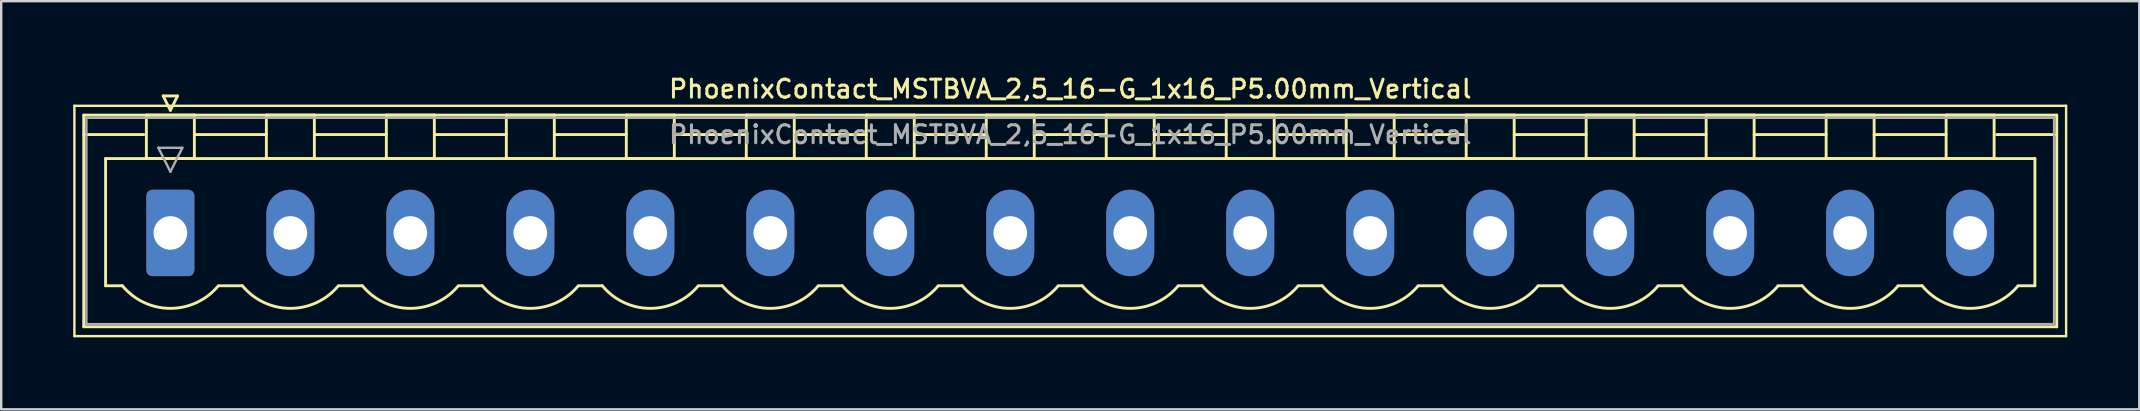
<source format=kicad_pcb>
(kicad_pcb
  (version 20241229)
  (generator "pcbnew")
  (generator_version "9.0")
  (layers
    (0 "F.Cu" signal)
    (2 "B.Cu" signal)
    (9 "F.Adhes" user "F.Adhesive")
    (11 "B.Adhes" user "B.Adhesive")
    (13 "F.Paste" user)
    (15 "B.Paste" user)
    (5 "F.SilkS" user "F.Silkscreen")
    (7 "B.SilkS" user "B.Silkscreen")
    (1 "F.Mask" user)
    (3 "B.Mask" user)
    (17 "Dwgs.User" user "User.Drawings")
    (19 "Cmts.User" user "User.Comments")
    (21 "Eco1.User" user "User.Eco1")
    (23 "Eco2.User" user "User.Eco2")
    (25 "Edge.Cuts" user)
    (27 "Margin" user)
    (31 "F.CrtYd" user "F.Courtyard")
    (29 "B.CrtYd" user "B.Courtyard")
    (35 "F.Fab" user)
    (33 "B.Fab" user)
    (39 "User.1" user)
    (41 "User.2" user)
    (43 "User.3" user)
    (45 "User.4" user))
  (footprint "PhoenixContact_MSTBVA_2,5_16-G_1x16_P5.00mm_Vertical"
    (layer "F.Cu")
    (at 4.05 6.658)
    (property "Reference" "PhoenixContact_MSTBVA_2,5_16-G_1x16_P5.00mm_Vertical" (at 37.5 -6 0) (layer "F.SilkS") (effects (font (size 0.75 0.75) (thickness 0.125))))
    (attr through_hole)
    (fp_line (start -4 -5.3) (end -4 4.3) (stroke (width 0.1) (type solid)) (layer "F.SilkS"))
    (fp_line (start -4 4.3) (end 79 4.3) (stroke (width 0.1) (type solid)) (layer "F.SilkS"))
    (fp_line (start -3.61 -4.91) (end -3.61 3.91) (stroke (width 0.12) (type solid)) (layer "F.SilkS"))
    (fp_line (start -3.61 -4.1) (end -1.11 -4.1) (stroke (width 0.12) (type solid)) (layer "F.SilkS"))
    (fp_line (start -3.61 3.91) (end 78.61 3.91) (stroke (width 0.12) (type solid)) (layer "F.SilkS"))
    (fp_line (start -2.7 -3.1) (end 77.7 -3.1) (stroke (width 0.12) (type solid)) (layer "F.SilkS"))
    (fp_line (start -2.7 2.2) (end -2.7 -3.1) (stroke (width 0.12) (type solid)) (layer "F.SilkS"))
    (fp_line (start -2 2.2) (end -2.7 2.2) (stroke (width 0.12) (type solid)) (layer "F.SilkS"))
    (fp_line (start -1 -4.91) (end 1 -4.91) (stroke (width 0.12) (type solid)) (layer "F.SilkS"))
    (fp_line (start -1 -3.1) (end -1 -4.91) (stroke (width 0.12) (type solid)) (layer "F.SilkS"))
    (fp_line (start -0.3 -5.71) (end 0.3 -5.71) (stroke (width 0.12) (type solid)) (layer "F.SilkS"))
    (fp_line (start 0 -5.11) (end -0.3 -5.71) (stroke (width 0.12) (type solid)) (layer "F.SilkS"))
    (fp_line (start 0.3 -5.71) (end 0 -5.11) (stroke (width 0.12) (type solid)) (layer "F.SilkS"))
    (fp_line (start 1 -4.91) (end 1 -3.1) (stroke (width 0.12) (type solid)) (layer "F.SilkS"))
    (fp_line (start 1 -4.1) (end 4 -4.1) (stroke (width 0.12) (type solid)) (layer "F.SilkS"))
    (fp_line (start 1 -3.1) (end -1 -3.1) (stroke (width 0.12) (type solid)) (layer "F.SilkS"))
    (fp_line (start 2 2.2) (end 3 2.2) (stroke (width 0.12) (type solid)) (layer "F.SilkS"))
    (fp_line (start 4 -4.91) (end 6 -4.91) (stroke (width 0.12) (type solid)) (layer "F.SilkS"))
    (fp_line (start 4 -3.1) (end 4 -4.91) (stroke (width 0.12) (type solid)) (layer "F.SilkS"))
    (fp_line (start 6 -4.91) (end 6 -3.1) (stroke (width 0.12) (type solid)) (layer "F.SilkS"))
    (fp_line (start 6 -4.1) (end 9 -4.1) (stroke (width 0.12) (type solid)) (layer "F.SilkS"))
    (fp_line (start 6 -3.1) (end 4 -3.1) (stroke (width 0.12) (type solid)) (layer "F.SilkS"))
    (fp_line (start 7 2.2) (end 8 2.2) (stroke (width 0.12) (type solid)) (layer "F.SilkS"))
    (fp_line (start 9 -4.91) (end 11 -4.91) (stroke (width 0.12) (type solid)) (layer "F.SilkS"))
    (fp_line (start 9 -3.1) (end 9 -4.91) (stroke (width 0.12) (type solid)) (layer "F.SilkS"))
    (fp_line (start 11 -4.91) (end 11 -3.1) (stroke (width 0.12) (type solid)) (layer "F.SilkS"))
    (fp_line (start 11 -4.1) (end 14 -4.1) (stroke (width 0.12) (type solid)) (layer "F.SilkS"))
    (fp_line (start 11 -3.1) (end 9 -3.1) (stroke (width 0.12) (type solid)) (layer "F.SilkS"))
    (fp_line (start 12 2.2) (end 13 2.2) (stroke (width 0.12) (type solid)) (layer "F.SilkS"))
    (fp_line (start 14 -4.91) (end 16 -4.91) (stroke (width 0.12) (type solid)) (layer "F.SilkS"))
    (fp_line (start 14 -3.1) (end 14 -4.91) (stroke (width 0.12) (type solid)) (layer "F.SilkS"))
    (fp_line (start 16 -4.91) (end 16 -3.1) (stroke (width 0.12) (type solid)) (layer "F.SilkS"))
    (fp_line (start 16 -4.1) (end 19 -4.1) (stroke (width 0.12) (type solid)) (layer "F.SilkS"))
    (fp_line (start 16 -3.1) (end 14 -3.1) (stroke (width 0.12) (type solid)) (layer "F.SilkS"))
    (fp_line (start 17 2.2) (end 18 2.2) (stroke (width 0.12) (type solid)) (layer "F.SilkS"))
    (fp_line (start 19 -4.91) (end 21 -4.91) (stroke (width 0.12) (type solid)) (layer "F.SilkS"))
    (fp_line (start 19 -3.1) (end 19 -4.91) (stroke (width 0.12) (type solid)) (layer "F.SilkS"))
    (fp_line (start 21 -4.91) (end 21 -3.1) (stroke (width 0.12) (type solid)) (layer "F.SilkS"))
    (fp_line (start 21 -4.1) (end 24 -4.1) (stroke (width 0.12) (type solid)) (layer "F.SilkS"))
    (fp_line (start 21 -3.1) (end 19 -3.1) (stroke (width 0.12) (type solid)) (layer "F.SilkS"))
    (fp_line (start 22 2.2) (end 23 2.2) (stroke (width 0.12) (type solid)) (layer "F.SilkS"))
    (fp_line (start 24 -4.91) (end 26 -4.91) (stroke (width 0.12) (type solid)) (layer "F.SilkS"))
    (fp_line (start 24 -3.1) (end 24 -4.91) (stroke (width 0.12) (type solid)) (layer "F.SilkS"))
    (fp_line (start 26 -4.91) (end 26 -3.1) (stroke (width 0.12) (type solid)) (layer "F.SilkS"))
    (fp_line (start 26 -4.1) (end 29 -4.1) (stroke (width 0.12) (type solid)) (layer "F.SilkS"))
    (fp_line (start 26 -3.1) (end 24 -3.1) (stroke (width 0.12) (type solid)) (layer "F.SilkS"))
    (fp_line (start 27 2.2) (end 28 2.2) (stroke (width 0.12) (type solid)) (layer "F.SilkS"))
    (fp_line (start 29 -4.91) (end 31 -4.91) (stroke (width 0.12) (type solid)) (layer "F.SilkS"))
    (fp_line (start 29 -3.1) (end 29 -4.91) (stroke (width 0.12) (type solid)) (layer "F.SilkS"))
    (fp_line (start 31 -4.91) (end 31 -3.1) (stroke (width 0.12) (type solid)) (layer "F.SilkS"))
    (fp_line (start 31 -4.1) (end 34 -4.1) (stroke (width 0.12) (type solid)) (layer "F.SilkS"))
    (fp_line (start 31 -3.1) (end 29 -3.1) (stroke (width 0.12) (type solid)) (layer "F.SilkS"))
    (fp_line (start 32 2.2) (end 33 2.2) (stroke (width 0.12) (type solid)) (layer "F.SilkS"))
    (fp_line (start 34 -4.91) (end 36 -4.91) (stroke (width 0.12) (type solid)) (layer "F.SilkS"))
    (fp_line (start 34 -3.1) (end 34 -4.91) (stroke (width 0.12) (type solid)) (layer "F.SilkS"))
    (fp_line (start 36 -4.91) (end 36 -3.1) (stroke (width 0.12) (type solid)) (layer "F.SilkS"))
    (fp_line (start 36 -4.1) (end 39 -4.1) (stroke (width 0.12) (type solid)) (layer "F.SilkS"))
    (fp_line (start 36 -3.1) (end 34 -3.1) (stroke (width 0.12) (type solid)) (layer "F.SilkS"))
    (fp_line (start 37 2.2) (end 38 2.2) (stroke (width 0.12) (type solid)) (layer "F.SilkS"))
    (fp_line (start 39 -4.91) (end 41 -4.91) (stroke (width 0.12) (type solid)) (layer "F.SilkS"))
    (fp_line (start 39 -3.1) (end 39 -4.91) (stroke (width 0.12) (type solid)) (layer "F.SilkS"))
    (fp_line (start 41 -4.91) (end 41 -3.1) (stroke (width 0.12) (type solid)) (layer "F.SilkS"))
    (fp_line (start 41 -4.1) (end 44 -4.1) (stroke (width 0.12) (type solid)) (layer "F.SilkS"))
    (fp_line (start 41 -3.1) (end 39 -3.1) (stroke (width 0.12) (type solid)) (layer "F.SilkS"))
    (fp_line (start 42 2.2) (end 43 2.2) (stroke (width 0.12) (type solid)) (layer "F.SilkS"))
    (fp_line (start 44 -4.91) (end 46 -4.91) (stroke (width 0.12) (type solid)) (layer "F.SilkS"))
    (fp_line (start 44 -3.1) (end 44 -4.91) (stroke (width 0.12) (type solid)) (layer "F.SilkS"))
    (fp_line (start 46 -4.91) (end 46 -3.1) (stroke (width 0.12) (type solid)) (layer "F.SilkS"))
    (fp_line (start 46 -4.1) (end 49 -4.1) (stroke (width 0.12) (type solid)) (layer "F.SilkS"))
    (fp_line (start 46 -3.1) (end 44 -3.1) (stroke (width 0.12) (type solid)) (layer "F.SilkS"))
    (fp_line (start 47 2.2) (end 48 2.2) (stroke (width 0.12) (type solid)) (layer "F.SilkS"))
    (fp_line (start 49 -4.91) (end 51 -4.91) (stroke (width 0.12) (type solid)) (layer "F.SilkS"))
    (fp_line (start 49 -3.1) (end 49 -4.91) (stroke (width 0.12) (type solid)) (layer "F.SilkS"))
    (fp_line (start 51 -4.91) (end 51 -3.1) (stroke (width 0.12) (type solid)) (layer "F.SilkS"))
    (fp_line (start 51 -4.1) (end 54 -4.1) (stroke (width 0.12) (type solid)) (layer "F.SilkS"))
    (fp_line (start 51 -3.1) (end 49 -3.1) (stroke (width 0.12) (type solid)) (layer "F.SilkS"))
    (fp_line (start 52 2.2) (end 53 2.2) (stroke (width 0.12) (type solid)) (layer "F.SilkS"))
    (fp_line (start 54 -4.91) (end 56 -4.91) (stroke (width 0.12) (type solid)) (layer "F.SilkS"))
    (fp_line (start 54 -3.1) (end 54 -4.91) (stroke (width 0.12) (type solid)) (layer "F.SilkS"))
    (fp_line (start 56 -4.91) (end 56 -3.1) (stroke (width 0.12) (type solid)) (layer "F.SilkS"))
    (fp_line (start 56 -4.1) (end 59 -4.1) (stroke (width 0.12) (type solid)) (layer "F.SilkS"))
    (fp_line (start 56 -3.1) (end 54 -3.1) (stroke (width 0.12) (type solid)) (layer "F.SilkS"))
    (fp_line (start 57 2.2) (end 58 2.2) (stroke (width 0.12) (type solid)) (layer "F.SilkS"))
    (fp_line (start 59 -4.91) (end 61 -4.91) (stroke (width 0.12) (type solid)) (layer "F.SilkS"))
    (fp_line (start 59 -3.1) (end 59 -4.91) (stroke (width 0.12) (type solid)) (layer "F.SilkS"))
    (fp_line (start 61 -4.91) (end 61 -3.1) (stroke (width 0.12) (type solid)) (layer "F.SilkS"))
    (fp_line (start 61 -4.1) (end 64 -4.1) (stroke (width 0.12) (type solid)) (layer "F.SilkS"))
    (fp_line (start 61 -3.1) (end 59 -3.1) (stroke (width 0.12) (type solid)) (layer "F.SilkS"))
    (fp_line (start 62 2.2) (end 63 2.2) (stroke (width 0.12) (type solid)) (layer "F.SilkS"))
    (fp_line (start 64 -4.91) (end 66 -4.91) (stroke (width 0.12) (type solid)) (layer "F.SilkS"))
    (fp_line (start 64 -3.1) (end 64 -4.91) (stroke (width 0.12) (type solid)) (layer "F.SilkS"))
    (fp_line (start 66 -4.91) (end 66 -3.1) (stroke (width 0.12) (type solid)) (layer "F.SilkS"))
    (fp_line (start 66 -4.1) (end 69 -4.1) (stroke (width 0.12) (type solid)) (layer "F.SilkS"))
    (fp_line (start 66 -3.1) (end 64 -3.1) (stroke (width 0.12) (type solid)) (layer "F.SilkS"))
    (fp_line (start 67 2.2) (end 68 2.2) (stroke (width 0.12) (type solid)) (layer "F.SilkS"))
    (fp_line (start 69 -4.91) (end 71 -4.91) (stroke (width 0.12) (type solid)) (layer "F.SilkS"))
    (fp_line (start 69 -3.1) (end 69 -4.91) (stroke (width 0.12) (type solid)) (layer "F.SilkS"))
    (fp_line (start 71 -4.91) (end 71 -3.1) (stroke (width 0.12) (type solid)) (layer "F.SilkS"))
    (fp_line (start 71 -4.1) (end 74 -4.1) (stroke (width 0.12) (type solid)) (layer "F.SilkS"))
    (fp_line (start 71 -3.1) (end 69 -3.1) (stroke (width 0.12) (type solid)) (layer "F.SilkS"))
    (fp_line (start 72 2.2) (end 73 2.2) (stroke (width 0.12) (type solid)) (layer "F.SilkS"))
    (fp_line (start 74 -4.91) (end 76 -4.91) (stroke (width 0.12) (type solid)) (layer "F.SilkS"))
    (fp_line (start 74 -3.1) (end 74 -4.91) (stroke (width 0.12) (type solid)) (layer "F.SilkS"))
    (fp_line (start 76 -4.91) (end 76 -3.1) (stroke (width 0.12) (type solid)) (layer "F.SilkS"))
    (fp_line (start 76 -3.1) (end 74 -3.1) (stroke (width 0.12) (type solid)) (layer "F.SilkS"))
    (fp_line (start 77.7 -3.1) (end 77.7 2.2) (stroke (width 0.12) (type solid)) (layer "F.SilkS"))
    (fp_line (start 77.7 2.2) (end 77 2.2) (stroke (width 0.12) (type solid)) (layer "F.SilkS"))
    (fp_line (start 78.61 -4.91) (end -3.61 -4.91) (stroke (width 0.12) (type solid)) (layer "F.SilkS"))
    (fp_line (start 78.61 -4.1) (end 76.11 -4.1) (stroke (width 0.12) (type solid)) (layer "F.SilkS"))
    (fp_line (start 78.61 3.91) (end 78.61 -4.91) (stroke (width 0.12) (type solid)) (layer "F.SilkS"))
    (fp_line (start 79 -5.3) (end -4 -5.3) (stroke (width 0.1) (type solid)) (layer "F.SilkS"))
    (fp_line (start 79 4.3) (end 79 -5.3) (stroke (width 0.1) (type solid)) (layer "F.SilkS"))
    (fp_arc (start 1.986842 2.215821) (mid -0.010289 3.142758) (end -2 2.2) (stroke (width 0.12) (type solid)) (layer "F.SilkS"))
    (fp_arc (start 6.986842 2.215821) (mid 4.989711 3.142758) (end 3 2.2) (stroke (width 0.12) (type solid)) (layer "F.SilkS"))
    (fp_arc (start 11.986842 2.215821) (mid 9.989711 3.142758) (end 8 2.2) (stroke (width 0.12) (type solid)) (layer "F.SilkS"))
    (fp_arc (start 16.986842 2.215821) (mid 14.989711 3.142758) (end 13 2.2) (stroke (width 0.12) (type solid)) (layer "F.SilkS"))
    (fp_arc (start 21.986842 2.215821) (mid 19.989711 3.142758) (end 18 2.2) (stroke (width 0.12) (type solid)) (layer "F.SilkS"))
    (fp_arc (start 26.986842 2.215821) (mid 24.989711 3.142758) (end 23 2.2) (stroke (width 0.12) (type solid)) (layer "F.SilkS"))
    (fp_arc (start 31.986842 2.215821) (mid 29.989711 3.142758) (end 28 2.2) (stroke (width 0.12) (type solid)) (layer "F.SilkS"))
    (fp_arc (start 36.986842 2.215821) (mid 34.989711 3.142758) (end 33 2.2) (stroke (width 0.12) (type solid)) (layer "F.SilkS"))
    (fp_arc (start 41.986842 2.215821) (mid 39.989711 3.142758) (end 38 2.2) (stroke (width 0.12) (type solid)) (layer "F.SilkS"))
    (fp_arc (start 46.986842 2.215821) (mid 44.989711 3.142758) (end 43 2.2) (stroke (width 0.12) (type solid)) (layer "F.SilkS"))
    (fp_arc (start 51.986842 2.215821) (mid 49.989711 3.142758) (end 48 2.2) (stroke (width 0.12) (type solid)) (layer "F.SilkS"))
    (fp_arc (start 56.986842 2.215821) (mid 54.989711 3.142758) (end 53 2.2) (stroke (width 0.12) (type solid)) (layer "F.SilkS"))
    (fp_arc (start 61.986842 2.215821) (mid 59.989711 3.142758) (end 58 2.2) (stroke (width 0.12) (type solid)) (layer "F.SilkS"))
    (fp_arc (start 66.986842 2.215821) (mid 64.989711 3.142758) (end 63 2.2) (stroke (width 0.12) (type solid)) (layer "F.SilkS"))
    (fp_arc (start 71.986842 2.215821) (mid 69.989711 3.142758) (end 68 2.2) (stroke (width 0.12) (type solid)) (layer "F.SilkS"))
    (fp_arc (start 76.986842 2.215821) (mid 74.989711 3.142758) (end 73 2.2) (stroke (width 0.12) (type solid)) (layer "F.SilkS"))
    (fp_line (start -3.5 -4.8) (end -3.5 3.8) (stroke (width 0.1) (type solid)) (layer "F.Fab"))
    (fp_line (start -3.5 3.8) (end 78.5 3.8) (stroke (width 0.1) (type solid)) (layer "F.Fab"))
    (fp_line (start -0.5 -3.55) (end 0.5 -3.55) (stroke (width 0.1) (type solid)) (layer "F.Fab"))
    (fp_line (start 0 -2.55) (end -0.5 -3.55) (stroke (width 0.1) (type solid)) (layer "F.Fab"))
    (fp_line (start 0.5 -3.55) (end 0 -2.55) (stroke (width 0.1) (type solid)) (layer "F.Fab"))
    (fp_line (start 78.5 -4.8) (end -3.5 -4.8) (stroke (width 0.1) (type solid)) (layer "F.Fab"))
    (fp_line (start 78.5 3.8) (end 78.5 -4.8) (stroke (width 0.1) (type solid)) (layer "F.Fab"))
    (fp_text user "${REFERENCE}" (at 37.5 -4.1 0) (layer "F.Fab") (effects (font (size 0.75 0.75) (thickness 0.125))))
    (pad "1" thru_hole roundrect (at 0 0) (size 2 3.6) (drill 1.4) (layers "*.Cu" "*.Mask") (roundrect_rratio 0.125))
    (pad "2" thru_hole oval (at 5 0) (size 2 3.6) (drill 1.4) (layers "*.Cu" "*.Mask"))
    (pad "3" thru_hole oval (at 10 0) (size 2 3.6) (drill 1.4) (layers "*.Cu" "*.Mask"))
    (pad "4" thru_hole oval (at 15 0) (size 2 3.6) (drill 1.4) (layers "*.Cu" "*.Mask"))
    (pad "5" thru_hole oval (at 20 0) (size 2 3.6) (drill 1.4) (layers "*.Cu" "*.Mask"))
    (pad "6" thru_hole oval (at 25 0) (size 2 3.6) (drill 1.4) (layers "*.Cu" "*.Mask"))
    (pad "7" thru_hole oval (at 30 0) (size 2 3.6) (drill 1.4) (layers "*.Cu" "*.Mask"))
    (pad "8" thru_hole oval (at 35 0) (size 2 3.6) (drill 1.4) (layers "*.Cu" "*.Mask"))
    (pad "9" thru_hole oval (at 40 0) (size 2 3.6) (drill 1.4) (layers "*.Cu" "*.Mask"))
    (pad "10" thru_hole oval (at 45 0) (size 2 3.6) (drill 1.4) (layers "*.Cu" "*.Mask"))
    (pad "11" thru_hole oval (at 50 0) (size 2 3.6) (drill 1.4) (layers "*.Cu" "*.Mask"))
    (pad "12" thru_hole oval (at 55 0) (size 2 3.6) (drill 1.4) (layers "*.Cu" "*.Mask"))
    (pad "13" thru_hole oval (at 60 0) (size 2 3.6) (drill 1.4) (layers "*.Cu" "*.Mask"))
    (pad "14" thru_hole oval (at 65 0) (size 2 3.6) (drill 1.4) (layers "*.Cu" "*.Mask"))
    (pad "15" thru_hole oval (at 70 0) (size 2 3.6) (drill 1.4) (layers "*.Cu" "*.Mask"))
    (pad "16" thru_hole oval (at 75 0) (size 2 3.6) (drill 1.4) (layers "*.Cu" "*.Mask")))
  (gr_rect
    (start -3 -3)
    (end 86.1 14.008)
    (stroke (width 0.1) (type default))
    (fill no)
    (layer "Edge.Cuts")))
</source>
